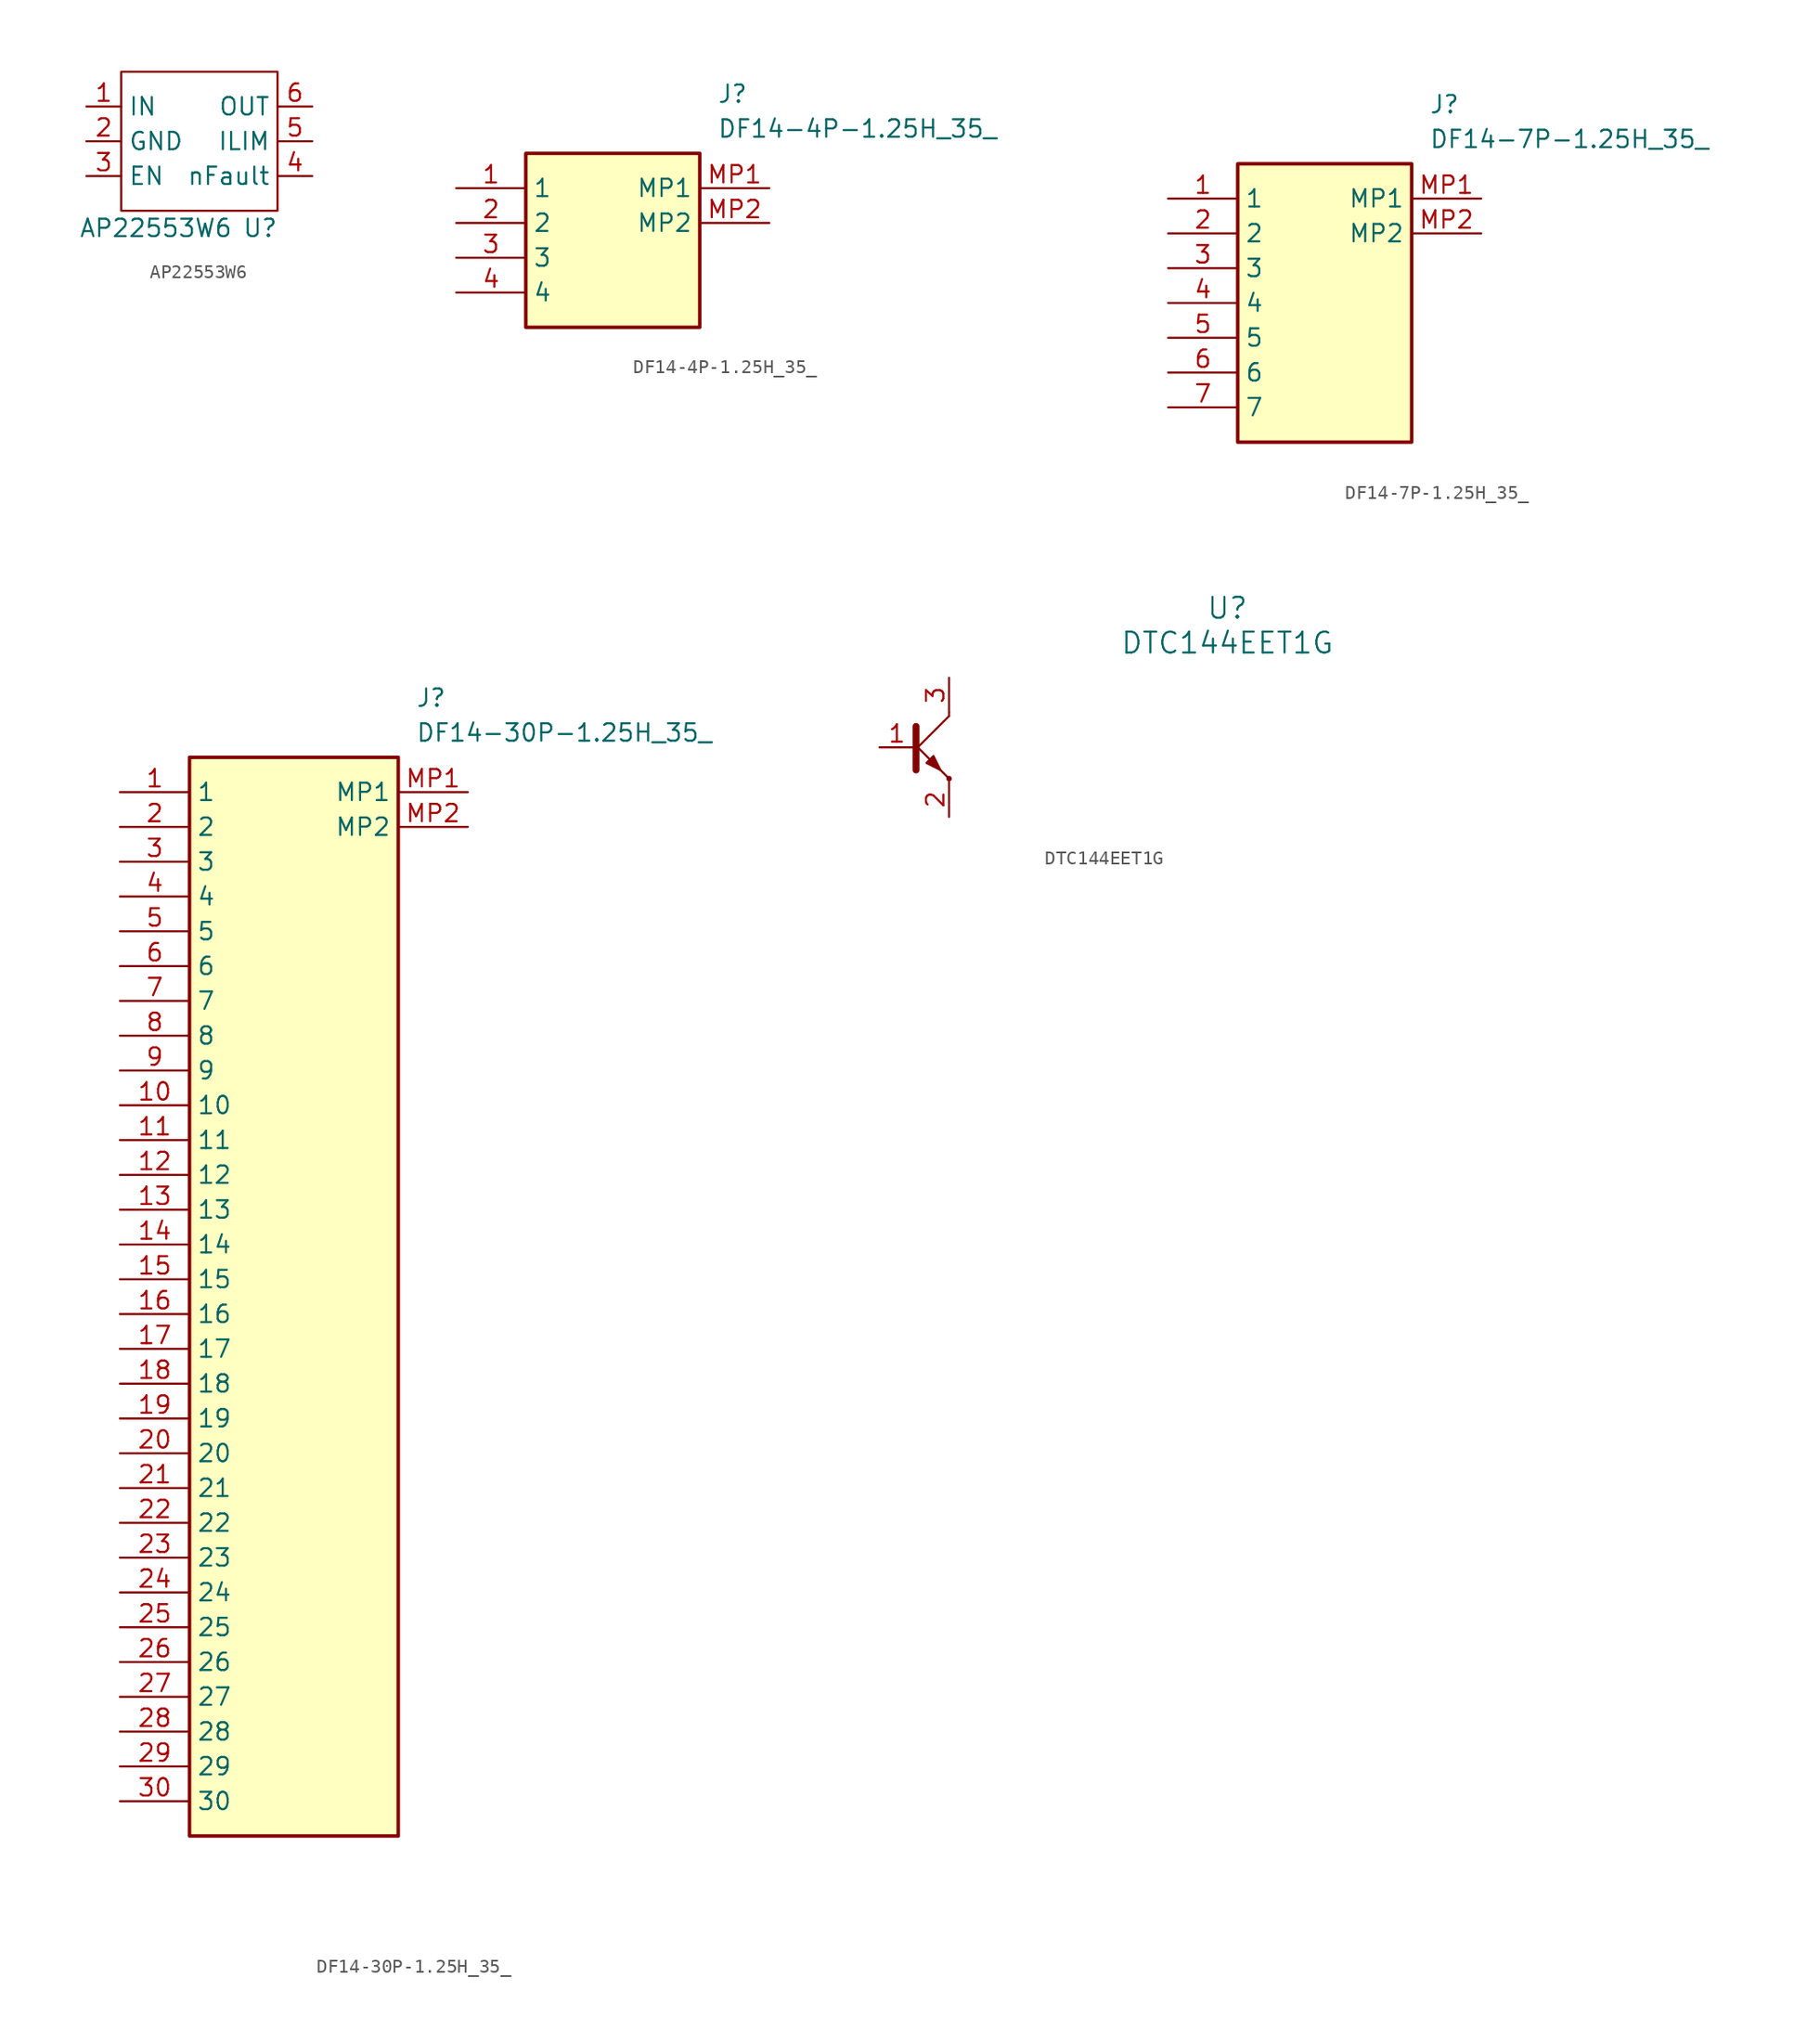
<source format=kicad_sym>
(kicad_symbol_lib
  (version 20220914)
  (generator kicad_symbol_editor)
  (symbol "AP22553W6"
    (property "Reference" "U"
      (at 3.81 -6.35 0)
      (effects (font (size 1.27 1.27))))
    (property "Value" "AP22553W6"
      (at -3.81 -6.35 0)
      (effects (font (size 1.27 1.27))))
    (symbol "AP22553W6_0_0"
      (pin power_in line (at -8.89 2.54 0) (length 2.54) (name "IN" (effects (font (size 1.27 1.27)))) (number "1" (effects (font (size 1.27 1.27)))))
      (pin power_out line (at -8.89 0 0) (length 2.54) (name "GND" (effects (font (size 1.27 1.27)))) (number "2" (effects (font (size 1.27 1.27)))))
      (pin input line (at -8.89 -2.54 0) (length 2.54) (name "EN" (effects (font (size 1.27 1.27)))) (number "3" (effects (font (size 1.27 1.27)))))
      (pin open_collector line (at 7.62 -2.54 180) (length 2.54) (name "nFault" (effects (font (size 1.27 1.27)))) (number "4" (effects (font (size 1.27 1.27)))))
      (pin passive line (at 7.62 0 180) (length 2.54) (name "ILIM" (effects (font (size 1.27 1.27)))) (number "5" (effects (font (size 1.27 1.27)))))
      (pin power_out line (at 7.62 2.54 180) (length 2.54) (name "OUT" (effects (font (size 1.27 1.27)))) (number "6" (effects (font (size 1.27 1.27))))))
    (symbol "AP22553W6_0_1"
      (rectangle (start -6.35 5.08) (end 5.08 -5.08) (stroke (width 0) (type default)) (fill (type none)))))
  (symbol "DF14-4P-1.25H_35_"
    (property "Reference" "J"
      (at 19.05 7.62 0)
      (effects (font (size 1.27 1.27)) (justify left top)))
    (property "Value" "DF14-4P-1.25H_35_"
      (at 19.05 5.08 0)
      (effects (font (size 1.27 1.27)) (justify left top)))
    (symbol "DF14-4P-1.25H_35__1_1"
      (rectangle (start 5.08 2.54) (end 17.78 -10.16) (stroke (width 0.254) (type default)) (fill (type background)))
      (pin passive line (at 0 0 0) (length 5.08) (name "1" (effects (font (size 1.27 1.27)))) (number "1" (effects (font (size 1.27 1.27)))))
      (pin passive line (at 0 -2.54 0) (length 5.08) (name "2" (effects (font (size 1.27 1.27)))) (number "2" (effects (font (size 1.27 1.27)))))
      (pin passive line (at 0 -5.08 0) (length 5.08) (name "3" (effects (font (size 1.27 1.27)))) (number "3" (effects (font (size 1.27 1.27)))))
      (pin passive line (at 0 -7.62 0) (length 5.08) (name "4" (effects (font (size 1.27 1.27)))) (number "4" (effects (font (size 1.27 1.27)))))
      (pin passive line (at 22.86 0 180) (length 5.08) (name "MP1" (effects (font (size 1.27 1.27)))) (number "MP1" (effects (font (size 1.27 1.27)))))
      (pin passive line (at 22.86 -2.54 180) (length 5.08) (name "MP2" (effects (font (size 1.27 1.27)))) (number "MP2" (effects (font (size 1.27 1.27)))))))
  (symbol "DF14-7P-1.25H_35_"
    (property "Reference" "J"
      (at 19.05 7.62 0)
      (effects (font (size 1.27 1.27)) (justify left top)))
    (property "Value" "DF14-7P-1.25H_35_"
      (at 19.05 5.08 0)
      (effects (font (size 1.27 1.27)) (justify left top)))
    (symbol "DF14-7P-1.25H_35__1_1"
      (rectangle (start 5.08 2.54) (end 17.78 -17.78) (stroke (width 0.254) (type default)) (fill (type background)))
      (pin passive line (at 0 0 0) (length 5.08) (name "1" (effects (font (size 1.27 1.27)))) (number "1" (effects (font (size 1.27 1.27)))))
      (pin passive line (at 0 -2.54 0) (length 5.08) (name "2" (effects (font (size 1.27 1.27)))) (number "2" (effects (font (size 1.27 1.27)))))
      (pin passive line (at 0 -5.08 0) (length 5.08) (name "3" (effects (font (size 1.27 1.27)))) (number "3" (effects (font (size 1.27 1.27)))))
      (pin passive line (at 0 -7.62 0) (length 5.08) (name "4" (effects (font (size 1.27 1.27)))) (number "4" (effects (font (size 1.27 1.27)))))
      (pin passive line (at 0 -10.16 0) (length 5.08) (name "5" (effects (font (size 1.27 1.27)))) (number "5" (effects (font (size 1.27 1.27)))))
      (pin passive line (at 0 -12.7 0) (length 5.08) (name "6" (effects (font (size 1.27 1.27)))) (number "6" (effects (font (size 1.27 1.27)))))
      (pin passive line (at 0 -15.24 0) (length 5.08) (name "7" (effects (font (size 1.27 1.27)))) (number "7" (effects (font (size 1.27 1.27)))))
      (pin passive line (at 22.86 0 180) (length 5.08) (name "MP1" (effects (font (size 1.27 1.27)))) (number "MP1" (effects (font (size 1.27 1.27)))))
      (pin passive line (at 22.86 -2.54 180) (length 5.08) (name "MP2" (effects (font (size 1.27 1.27)))) (number "MP2" (effects (font (size 1.27 1.27)))))))
  (symbol "DF14-30P-1.25H_35_"
    (property "Reference" "J"
      (at 21.59 7.62 0)
      (effects (font (size 1.27 1.27)) (justify left top)))
    (property "Value" "DF14-30P-1.25H_35_"
      (at 21.59 5.08 0)
      (effects (font (size 1.27 1.27)) (justify left top)))
    (symbol "DF14-30P-1.25H_35__1_1"
      (rectangle (start 5.08 2.54) (end 20.32 -76.2) (stroke (width 0.254) (type default)) (fill (type background)))
      (pin passive line (at 0 0 0) (length 5.08) (name "1" (effects (font (size 1.27 1.27)))) (number "1" (effects (font (size 1.27 1.27)))))
      (pin passive line (at 0 -22.86 0) (length 5.08) (name "10" (effects (font (size 1.27 1.27)))) (number "10" (effects (font (size 1.27 1.27)))))
      (pin passive line (at 0 -25.4 0) (length 5.08) (name "11" (effects (font (size 1.27 1.27)))) (number "11" (effects (font (size 1.27 1.27)))))
      (pin passive line (at 0 -27.94 0) (length 5.08) (name "12" (effects (font (size 1.27 1.27)))) (number "12" (effects (font (size 1.27 1.27)))))
      (pin passive line (at 0 -30.48 0) (length 5.08) (name "13" (effects (font (size 1.27 1.27)))) (number "13" (effects (font (size 1.27 1.27)))))
      (pin passive line (at 0 -33.02 0) (length 5.08) (name "14" (effects (font (size 1.27 1.27)))) (number "14" (effects (font (size 1.27 1.27)))))
      (pin passive line (at 0 -35.56 0) (length 5.08) (name "15" (effects (font (size 1.27 1.27)))) (number "15" (effects (font (size 1.27 1.27)))))
      (pin passive line (at 0 -38.1 0) (length 5.08) (name "16" (effects (font (size 1.27 1.27)))) (number "16" (effects (font (size 1.27 1.27)))))
      (pin passive line (at 0 -40.64 0) (length 5.08) (name "17" (effects (font (size 1.27 1.27)))) (number "17" (effects (font (size 1.27 1.27)))))
      (pin passive line (at 0 -43.18 0) (length 5.08) (name "18" (effects (font (size 1.27 1.27)))) (number "18" (effects (font (size 1.27 1.27)))))
      (pin passive line (at 0 -45.72 0) (length 5.08) (name "19" (effects (font (size 1.27 1.27)))) (number "19" (effects (font (size 1.27 1.27)))))
      (pin passive line (at 0 -2.54 0) (length 5.08) (name "2" (effects (font (size 1.27 1.27)))) (number "2" (effects (font (size 1.27 1.27)))))
      (pin passive line (at 0 -48.26 0) (length 5.08) (name "20" (effects (font (size 1.27 1.27)))) (number "20" (effects (font (size 1.27 1.27)))))
      (pin passive line (at 0 -50.8 0) (length 5.08) (name "21" (effects (font (size 1.27 1.27)))) (number "21" (effects (font (size 1.27 1.27)))))
      (pin passive line (at 0 -53.34 0) (length 5.08) (name "22" (effects (font (size 1.27 1.27)))) (number "22" (effects (font (size 1.27 1.27)))))
      (pin passive line (at 0 -55.88 0) (length 5.08) (name "23" (effects (font (size 1.27 1.27)))) (number "23" (effects (font (size 1.27 1.27)))))
      (pin passive line (at 0 -58.42 0) (length 5.08) (name "24" (effects (font (size 1.27 1.27)))) (number "24" (effects (font (size 1.27 1.27)))))
      (pin passive line (at 0 -60.96 0) (length 5.08) (name "25" (effects (font (size 1.27 1.27)))) (number "25" (effects (font (size 1.27 1.27)))))
      (pin passive line (at 0 -63.5 0) (length 5.08) (name "26" (effects (font (size 1.27 1.27)))) (number "26" (effects (font (size 1.27 1.27)))))
      (pin passive line (at 0 -66.04 0) (length 5.08) (name "27" (effects (font (size 1.27 1.27)))) (number "27" (effects (font (size 1.27 1.27)))))
      (pin passive line (at 0 -68.58 0) (length 5.08) (name "28" (effects (font (size 1.27 1.27)))) (number "28" (effects (font (size 1.27 1.27)))))
      (pin passive line (at 0 -71.12 0) (length 5.08) (name "29" (effects (font (size 1.27 1.27)))) (number "29" (effects (font (size 1.27 1.27)))))
      (pin passive line (at 0 -5.08 0) (length 5.08) (name "3" (effects (font (size 1.27 1.27)))) (number "3" (effects (font (size 1.27 1.27)))))
      (pin passive line (at 0 -73.66 0) (length 5.08) (name "30" (effects (font (size 1.27 1.27)))) (number "30" (effects (font (size 1.27 1.27)))))
      (pin passive line (at 0 -7.62 0) (length 5.08) (name "4" (effects (font (size 1.27 1.27)))) (number "4" (effects (font (size 1.27 1.27)))))
      (pin passive line (at 0 -10.16 0) (length 5.08) (name "5" (effects (font (size 1.27 1.27)))) (number "5" (effects (font (size 1.27 1.27)))))
      (pin passive line (at 0 -12.7 0) (length 5.08) (name "6" (effects (font (size 1.27 1.27)))) (number "6" (effects (font (size 1.27 1.27)))))
      (pin passive line (at 0 -15.24 0) (length 5.08) (name "7" (effects (font (size 1.27 1.27)))) (number "7" (effects (font (size 1.27 1.27)))))
      (pin passive line (at 0 -17.78 0) (length 5.08) (name "8" (effects (font (size 1.27 1.27)))) (number "8" (effects (font (size 1.27 1.27)))))
      (pin passive line (at 0 -20.32 0) (length 5.08) (name "9" (effects (font (size 1.27 1.27)))) (number "9" (effects (font (size 1.27 1.27)))))
      (pin passive line (at 25.4 0 180) (length 5.08) (name "MP1" (effects (font (size 1.27 1.27)))) (number "MP1" (effects (font (size 1.27 1.27)))))
      (pin passive line (at 25.4 -2.54 180) (length 5.08) (name "MP2" (effects (font (size 1.27 1.27)))) (number "MP2" (effects (font (size 1.27 1.27)))))))
  (symbol "DTC144EET1G"
    (pin_names
      (offset 0.254))
    (property "Reference" "U"
      (at 25.4 10.16 0)
      (effects (font (size 1.524 1.524))))
    (property "Value" "DTC144EET1G"
      (at 25.4 7.62 0)
      (effects (font (size 1.524 1.524))))
    (symbol "DTC144EET1G_0_1"
      (polyline (pts (xy 2.54 -0.254) (xy 5.08 2.286)) (stroke (width 0) (type default)) (fill (type none)))
      (polyline (pts (xy 2.667 1.524) (xy 2.667 -1.651)) (stroke (width 0.508) (type default)) (fill (type outline)))
      (polyline (pts (xy 5.08 2.286) (xy 5.08 2.54)) (stroke (width 0) (type default)) (fill (type none)))
      (polyline (pts (xy 5.08 -2.286) (xy 2.54 0.254) (xy 2.54 0.254)) (stroke (width 0) (type default)) (fill (type none)))
      (polyline (pts (xy 3.429 -1.143) (xy 3.937 -0.635) (xy 4.445 -1.651) (xy 3.429 -1.143)) (stroke (width 0) (type default)) (fill (type outline)))
      (circle (center 5.08 -2.286) (radius 0.127) (stroke (width 0) (type default)) (fill (type none))))
    (symbol "DTC144EET1G_1_1"
      (pin input line (at 0 0 0) (length 2.54) (name "" (effects (font (size 1.27 1.27)))) (number "1" (effects (font (size 1.27 1.27)))))
      (pin passive line (at 5.08 -5.08 90) (length 2.54) (name "" (effects (font (size 1.27 1.27)))) (number "2" (effects (font (size 1.27 1.27)))))
      (pin passive line (at 5.08 5.08 270) (length 2.54) (name "" (effects (font (size 1.27 1.27)))) (number "3" (effects (font (size 1.27 1.27))))))))
</source>
